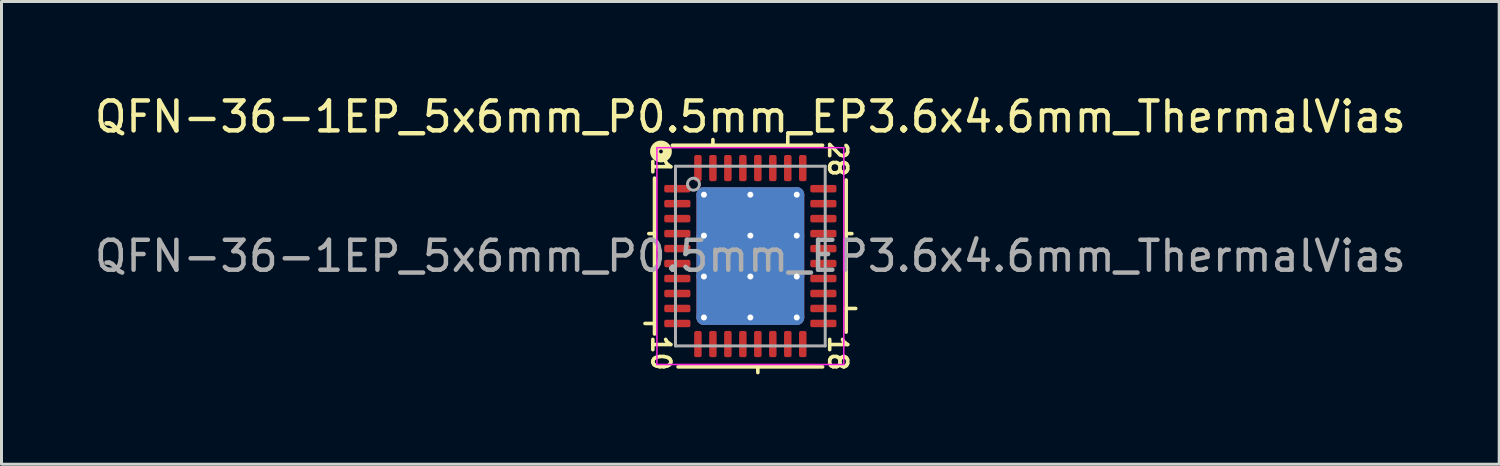
<source format=kicad_pcb>
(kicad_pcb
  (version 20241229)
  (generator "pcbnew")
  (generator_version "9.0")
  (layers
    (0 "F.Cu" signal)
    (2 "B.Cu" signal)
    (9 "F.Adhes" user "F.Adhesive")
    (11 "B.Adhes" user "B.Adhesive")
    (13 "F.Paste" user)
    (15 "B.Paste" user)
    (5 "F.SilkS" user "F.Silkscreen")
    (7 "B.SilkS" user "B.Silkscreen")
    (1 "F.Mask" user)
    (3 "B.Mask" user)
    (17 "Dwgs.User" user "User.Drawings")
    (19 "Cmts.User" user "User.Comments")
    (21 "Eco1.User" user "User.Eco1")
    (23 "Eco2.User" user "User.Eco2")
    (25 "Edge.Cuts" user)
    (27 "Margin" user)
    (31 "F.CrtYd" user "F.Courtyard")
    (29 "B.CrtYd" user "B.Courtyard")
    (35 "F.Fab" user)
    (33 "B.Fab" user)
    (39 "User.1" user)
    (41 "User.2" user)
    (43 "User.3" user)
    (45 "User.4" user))
  (footprint "QFN-36-1EP_5x6mm_P0.5mm_EP3.6x4.6mm_ThermalVias"
    (layer "F.Cu")
    (at 22.006 5.501)
    (property "Reference" "QFN-36-1EP_5x6mm_P0.5mm_EP3.6x4.6mm_ThermalVias" (at 0 -4.652 0) (layer "F.SilkS") (effects (font (size 1 1) (thickness 0.15))))
    (attr smd)
    (fp_line (start -3.2 -2.603) (end -3.2 2.603) (stroke (width 0.12) (type solid)) (layer "F.SilkS"))
    (fp_line (start -3.2 -0.75) (end -3.39 -0.75) (stroke (width 0.12) (type solid)) (layer "F.SilkS"))
    (fp_line (start -3.2 2.25) (end -3.518 2.25) (stroke (width 0.12) (type solid)) (layer "F.SilkS"))
    (fp_line (start -2.413 3.7) (end 2.413 3.7) (stroke (width 0.12) (type solid)) (layer "F.SilkS"))
    (fp_line (start -1.25 -3.7) (end -1.25 -3.89) (stroke (width 0.12) (type solid)) (layer "F.SilkS"))
    (fp_line (start 0.25 3.7) (end 0.25 3.89) (stroke (width 0.12) (type solid)) (layer "F.SilkS"))
    (fp_line (start 1.25 -3.7) (end 1.25 -4.018) (stroke (width 0.12) (type solid)) (layer "F.SilkS"))
    (fp_line (start 2.413 -3.7) (end -2.603 -3.7) (stroke (width 0.12) (type solid)) (layer "F.SilkS"))
    (fp_line (start 3.2 -0.75) (end 3.39 -0.75) (stroke (width 0.12) (type solid)) (layer "F.SilkS"))
    (fp_line (start 3.2 1.75) (end 3.518 1.75) (stroke (width 0.12) (type solid)) (layer "F.SilkS"))
    (fp_line (start 3.2 2.54) (end 3.2 -2.54) (stroke (width 0.12) (type solid)) (layer "F.SilkS"))
    (fp_circle (center -2.985 -3.493) (end -2.921 -3.493) (stroke (width 0.3) (type solid)) (fill no) (layer "F.SilkS"))
    (fp_line (start -3.12 -3.62) (end -3.12 3.62) (stroke (width 0.05) (type solid)) (layer "F.CrtYd"))
    (fp_line (start -3.12 3.62) (end 3.12 3.62) (stroke (width 0.05) (type solid)) (layer "F.CrtYd"))
    (fp_line (start 3.12 -3.62) (end -3.12 -3.62) (stroke (width 0.05) (type solid)) (layer "F.CrtYd"))
    (fp_line (start 3.12 3.62) (end 3.12 -3.62) (stroke (width 0.05) (type solid)) (layer "F.CrtYd"))
    (fp_line (start -2.5 -3) (end 2.5 -3) (stroke (width 0.1) (type solid)) (layer "F.Fab"))
    (fp_line (start -2.5 3) (end -2.5 -3) (stroke (width 0.1) (type solid)) (layer "F.Fab"))
    (fp_line (start 2.5 -3) (end 2.5 3) (stroke (width 0.1) (type solid)) (layer "F.Fab"))
    (fp_line (start 2.5 3) (end -2.5 3) (stroke (width 0.1) (type solid)) (layer "F.Fab"))
    (fp_circle (center -1.9 -2.4) (end -1.7 -2.4) (stroke (width 0.1) (type solid)) (fill no) (layer "F.Fab"))
    (fp_text user "1" (at -2.985 -2.985 270) (unlocked yes) (layer "F.SilkS") (effects (font (size 0.6 0.6) (thickness 0.12))))
    (fp_text user "10" (at -2.985 3.239 270) (unlocked yes) (layer "F.SilkS") (effects (font (size 0.6 0.6) (thickness 0.12))))
    (fp_text user "18" (at 2.921 3.239 270) (unlocked yes) (layer "F.SilkS") (effects (font (size 0.6 0.6) (thickness 0.12))))
    (fp_text user "28" (at 2.921 -3.239 270) (unlocked yes) (layer "F.SilkS") (effects (font (size 0.6 0.6) (thickness 0.12))))
    (fp_text user "${REFERENCE}" (at 0 0 0) (layer "F.Fab") (effects (font (size 1 1) (thickness 0.15))))
    (pad "" smd roundrect (at -0.775 -1.367) (size 1.394 1.188) (layers "F.Paste") (roundrect_rratio 0.21))
    (pad "" smd roundrect (at -0.775 0) (size 1.394 1.188) (layers "F.Paste") (roundrect_rratio 0.21))
    (pad "" smd roundrect (at -0.775 1.367) (size 1.394 1.188) (layers "F.Paste") (roundrect_rratio 0.21))
    (pad "" smd roundrect (at 0.775 -1.367) (size 1.394 1.188) (layers "F.Paste") (roundrect_rratio 0.21))
    (pad "" smd roundrect (at 0.775 0) (size 1.394 1.188) (layers "F.Paste") (roundrect_rratio 0.21))
    (pad "" smd roundrect (at 0.775 1.367) (size 1.394 1.188) (layers "F.Paste") (roundrect_rratio 0.21))
    (pad "1" smd roundrect (at -2.438 -2.25) (size 0.875 0.25) (layers "F.Cu" "F.Mask" "F.Paste") (roundrect_rratio 0.25))
    (pad "2" smd roundrect (at -2.438 -1.75) (size 0.875 0.25) (layers "F.Cu" "F.Mask" "F.Paste") (roundrect_rratio 0.25))
    (pad "3" smd roundrect (at -2.438 -1.25) (size 0.875 0.25) (layers "F.Cu" "F.Mask" "F.Paste") (roundrect_rratio 0.25))
    (pad "4" smd roundrect (at -2.438 -0.75) (size 0.875 0.25) (layers "F.Cu" "F.Mask" "F.Paste") (roundrect_rratio 0.25))
    (pad "5" smd roundrect (at -2.438 -0.25) (size 0.875 0.25) (layers "F.Cu" "F.Mask" "F.Paste") (roundrect_rratio 0.25))
    (pad "6" smd roundrect (at -2.438 0.25) (size 0.875 0.25) (layers "F.Cu" "F.Mask" "F.Paste") (roundrect_rratio 0.25))
    (pad "7" smd roundrect (at -2.438 0.75) (size 0.875 0.25) (layers "F.Cu" "F.Mask" "F.Paste") (roundrect_rratio 0.25))
    (pad "8" smd roundrect (at -2.438 1.25) (size 0.875 0.25) (layers "F.Cu" "F.Mask" "F.Paste") (roundrect_rratio 0.25))
    (pad "9" smd roundrect (at -2.438 1.75) (size 0.875 0.25) (layers "F.Cu" "F.Mask" "F.Paste") (roundrect_rratio 0.25))
    (pad "10" smd roundrect (at -2.438 2.25) (size 0.875 0.25) (layers "F.Cu" "F.Mask" "F.Paste") (roundrect_rratio 0.25))
    (pad "11" smd roundrect (at -1.75 2.938) (size 0.25 0.875) (layers "F.Cu" "F.Mask" "F.Paste") (roundrect_rratio 0.25))
    (pad "12" smd roundrect (at -1.25 2.938) (size 0.25 0.875) (layers "F.Cu" "F.Mask" "F.Paste") (roundrect_rratio 0.25))
    (pad "13" smd roundrect (at -0.75 2.938) (size 0.25 0.875) (layers "F.Cu" "F.Mask" "F.Paste") (roundrect_rratio 0.25))
    (pad "14" smd roundrect (at -0.25 2.938) (size 0.25 0.875) (layers "F.Cu" "F.Mask" "F.Paste") (roundrect_rratio 0.25))
    (pad "15" smd roundrect (at 0.25 2.938) (size 0.25 0.875) (layers "F.Cu" "F.Mask" "F.Paste") (roundrect_rratio 0.25))
    (pad "16" smd roundrect (at 0.75 2.938) (size 0.25 0.875) (layers "F.Cu" "F.Mask" "F.Paste") (roundrect_rratio 0.25))
    (pad "17" smd roundrect (at 1.25 2.938) (size 0.25 0.875) (layers "F.Cu" "F.Mask" "F.Paste") (roundrect_rratio 0.25))
    (pad "18" smd roundrect (at 1.75 2.938) (size 0.25 0.875) (layers "F.Cu" "F.Mask" "F.Paste") (roundrect_rratio 0.25))
    (pad "19" smd roundrect (at 2.438 2.25) (size 0.875 0.25) (layers "F.Cu" "F.Mask" "F.Paste") (roundrect_rratio 0.25))
    (pad "20" smd roundrect (at 2.438 1.75) (size 0.875 0.25) (layers "F.Cu" "F.Mask" "F.Paste") (roundrect_rratio 0.25))
    (pad "21" smd roundrect (at 2.438 1.25) (size 0.875 0.25) (layers "F.Cu" "F.Mask" "F.Paste") (roundrect_rratio 0.25))
    (pad "22" smd roundrect (at 2.438 0.75) (size 0.875 0.25) (layers "F.Cu" "F.Mask" "F.Paste") (roundrect_rratio 0.25))
    (pad "23" smd roundrect (at 2.438 0.25) (size 0.875 0.25) (layers "F.Cu" "F.Mask" "F.Paste") (roundrect_rratio 0.25))
    (pad "24" smd roundrect (at 2.438 -0.25) (size 0.875 0.25) (layers "F.Cu" "F.Mask" "F.Paste") (roundrect_rratio 0.25))
    (pad "25" smd roundrect (at 2.438 -0.75) (size 0.875 0.25) (layers "F.Cu" "F.Mask" "F.Paste") (roundrect_rratio 0.25))
    (pad "26" smd roundrect (at 2.438 -1.25) (size 0.875 0.25) (layers "F.Cu" "F.Mask" "F.Paste") (roundrect_rratio 0.25))
    (pad "27" smd roundrect (at 2.438 -1.75) (size 0.875 0.25) (layers "F.Cu" "F.Mask" "F.Paste") (roundrect_rratio 0.25))
    (pad "28" smd roundrect (at 2.438 -2.25) (size 0.875 0.25) (layers "F.Cu" "F.Mask" "F.Paste") (roundrect_rratio 0.25))
    (pad "29" smd roundrect (at 1.75 -2.938) (size 0.25 0.875) (layers "F.Cu" "F.Mask" "F.Paste") (roundrect_rratio 0.25))
    (pad "30" smd roundrect (at 1.25 -2.938) (size 0.25 0.875) (layers "F.Cu" "F.Mask" "F.Paste") (roundrect_rratio 0.25))
    (pad "31" smd roundrect (at 0.75 -2.938) (size 0.25 0.875) (layers "F.Cu" "F.Mask" "F.Paste") (roundrect_rratio 0.25))
    (pad "32" smd roundrect (at 0.25 -2.938) (size 0.25 0.875) (layers "F.Cu" "F.Mask" "F.Paste") (roundrect_rratio 0.25))
    (pad "33" smd roundrect (at -0.25 -2.938) (size 0.25 0.875) (layers "F.Cu" "F.Mask" "F.Paste") (roundrect_rratio 0.25))
    (pad "34" smd roundrect (at -0.75 -2.938) (size 0.25 0.875) (layers "F.Cu" "F.Mask" "F.Paste") (roundrect_rratio 0.25))
    (pad "35" smd roundrect (at -1.25 -2.938) (size 0.25 0.875) (layers "F.Cu" "F.Mask" "F.Paste") (roundrect_rratio 0.25))
    (pad "36" smd roundrect (at -1.75 -2.938) (size 0.25 0.875) (layers "F.Cu" "F.Mask" "F.Paste") (roundrect_rratio 0.25))
    (pad "37" thru_hole circle (at -1.55 -2.05) (size 0.5 0.5) (drill 0.2) (property pad_prop_heatsink) (layers "*.Cu"))
    (pad "37" thru_hole circle (at -1.55 -0.683) (size 0.5 0.5) (drill 0.2) (property pad_prop_heatsink) (layers "*.Cu"))
    (pad "37" thru_hole circle (at -1.55 0.683) (size 0.5 0.5) (drill 0.2) (property pad_prop_heatsink) (layers "*.Cu"))
    (pad "37" thru_hole circle (at -1.55 2.05) (size 0.5 0.5) (drill 0.2) (property pad_prop_heatsink) (layers "*.Cu"))
    (pad "37" thru_hole circle (at 0 -2.05) (size 0.5 0.5) (drill 0.2) (property pad_prop_heatsink) (layers "*.Cu"))
    (pad "37" thru_hole circle (at 0 -0.683) (size 0.5 0.5) (drill 0.2) (property pad_prop_heatsink) (layers "*.Cu"))
    (pad "37" smd roundrect (at 0 0) (size 3.6 4.6) (layers "F.Cu" "F.Mask") (roundrect_rratio 0.069))
    (pad "37" smd roundrect (at 0 0) (size 3.6 4.6) (layers "B.Cu" "B.Mask") (roundrect_rratio 0.069))
    (pad "37" thru_hole circle (at 0 0.683) (size 0.5 0.5) (drill 0.2) (property pad_prop_heatsink) (layers "*.Cu"))
    (pad "37" thru_hole circle (at 0 2.05) (size 0.5 0.5) (drill 0.2) (property pad_prop_heatsink) (layers "*.Cu"))
    (pad "37" thru_hole circle (at 1.55 -2.05) (size 0.5 0.5) (drill 0.2) (property pad_prop_heatsink) (layers "*.Cu"))
    (pad "37" thru_hole circle (at 1.55 -0.683) (size 0.5 0.5) (drill 0.2) (property pad_prop_heatsink) (layers "*.Cu"))
    (pad "37" thru_hole circle (at 1.55 0.683) (size 0.5 0.5) (drill 0.2) (property pad_prop_heatsink) (layers "*.Cu"))
    (pad "37" thru_hole circle (at 1.55 2.05) (size 0.5 0.5) (drill 0.2) (property pad_prop_heatsink) (layers "*.Cu")))
  (gr_rect
    (start -3 -3)
    (end 47.012 12.451)
    (stroke (width 0.1) (type default))
    (fill no)
    (layer "Edge.Cuts")))
</source>
